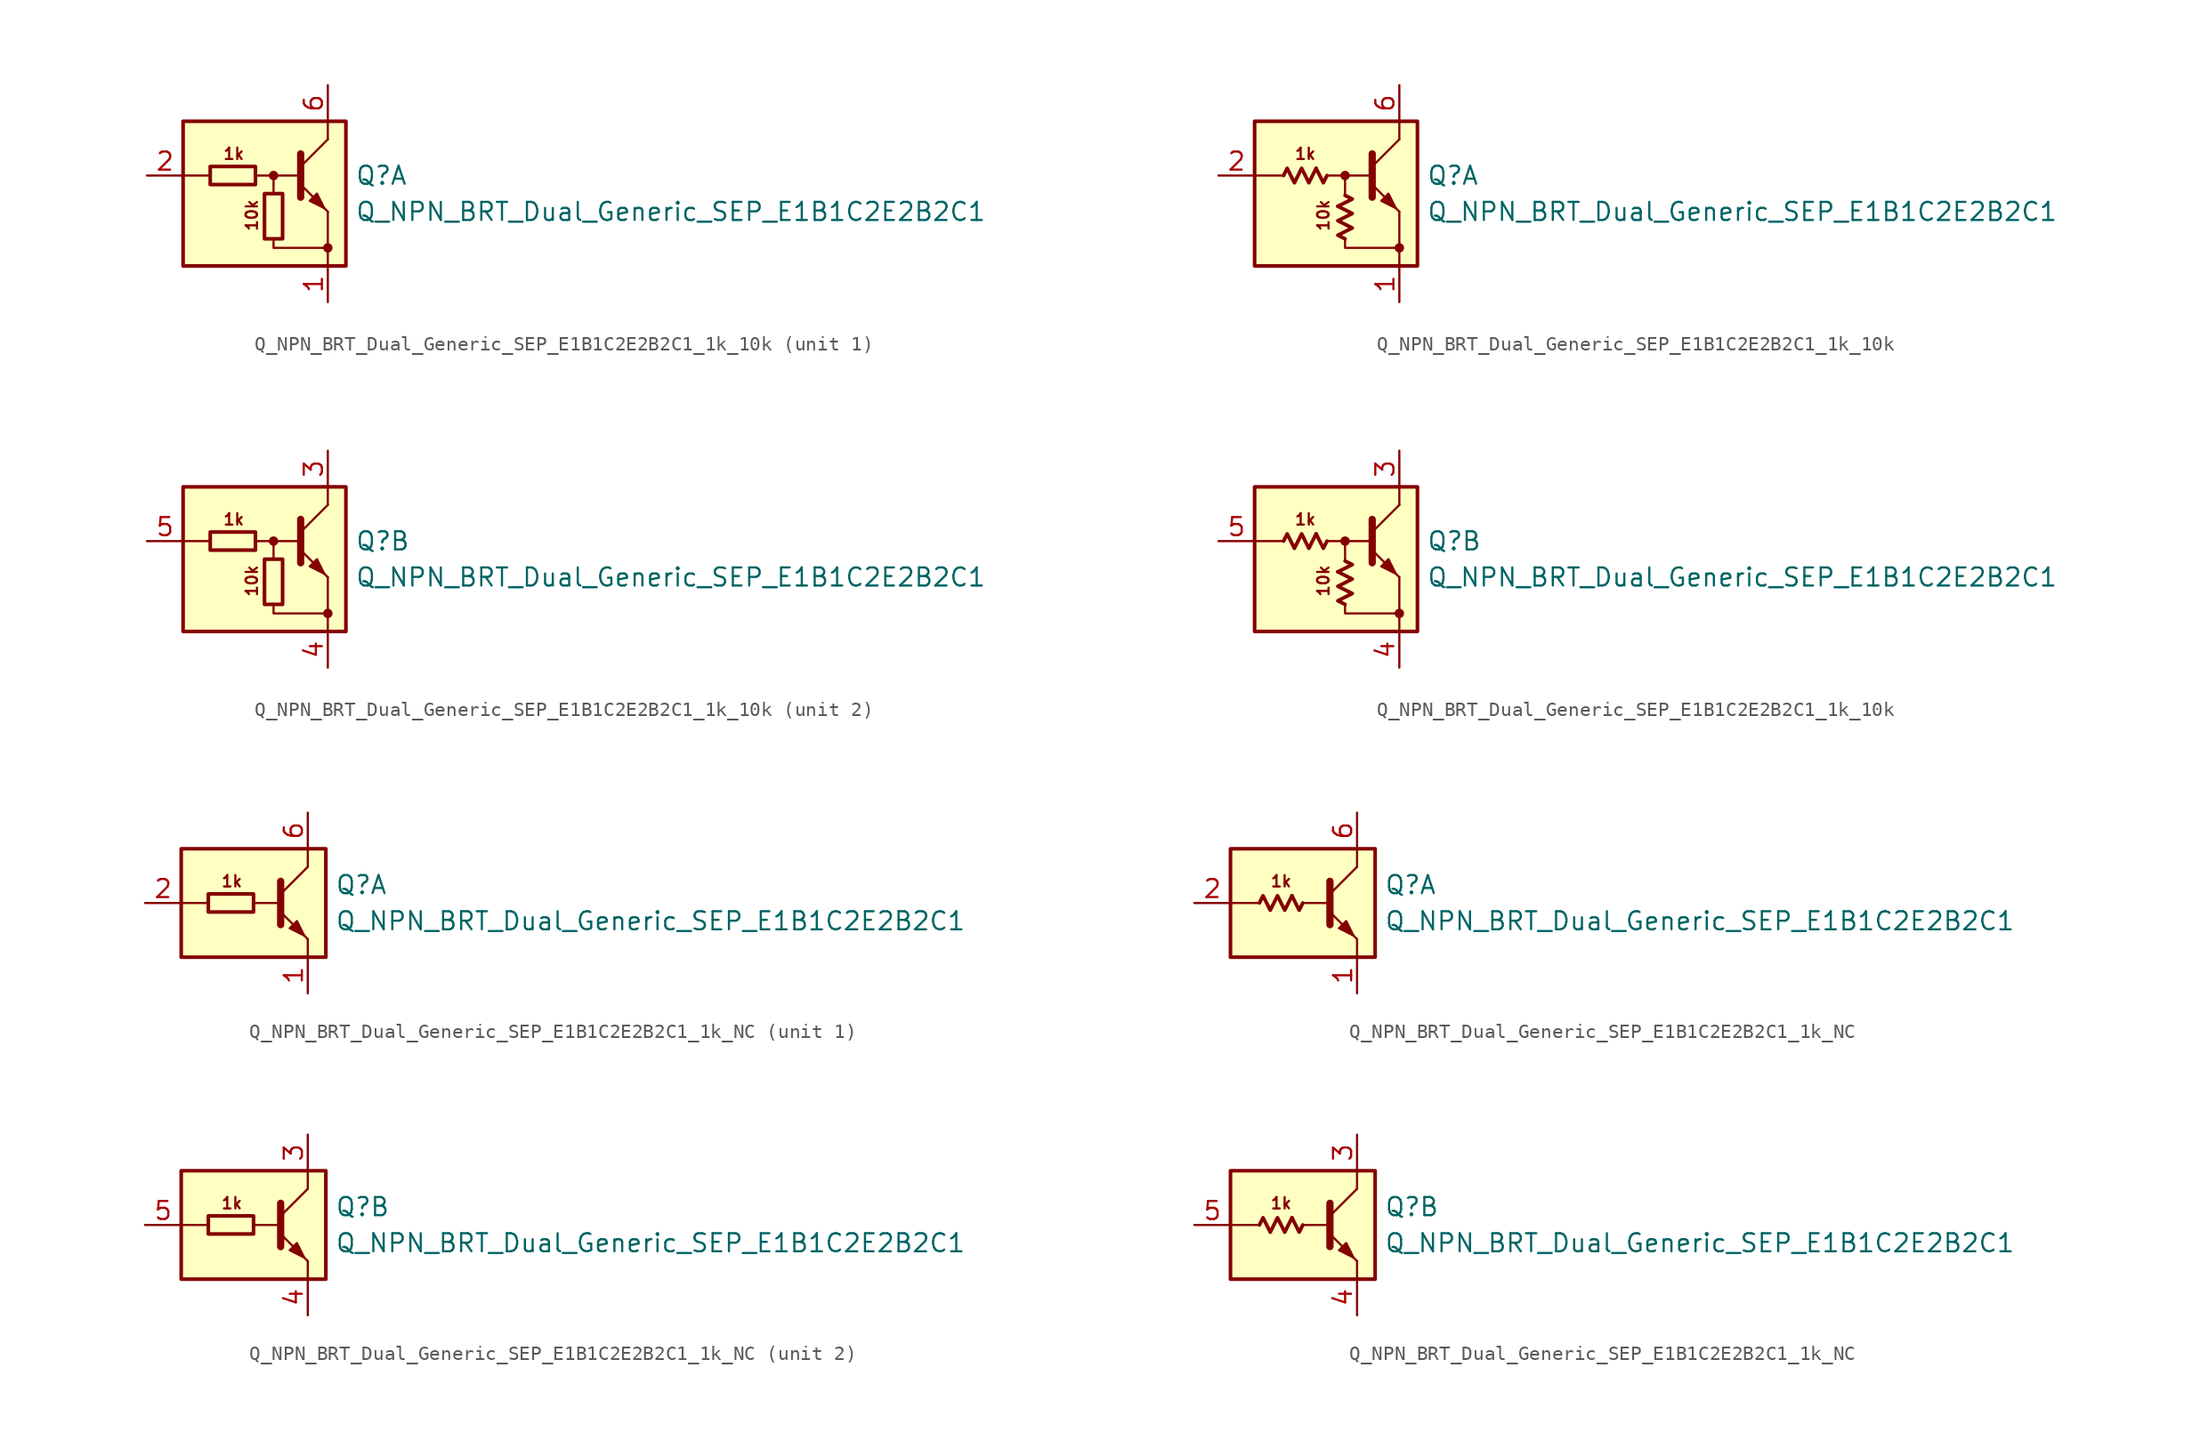
<source format=kicad_sym>
(kicad_symbol_lib
  (version 20220914)
  (generator kicad_symbol_editor)
  (symbol "Q_NPN_BRT_Dual_Generic_SEP_E1B1C2E2B2C1_1k_10k"
    (pin_names
      (offset 1.016) hide)
    (property "Reference" "Q"
      (at 5.715 1.27 0)
      (effects (font (size 1.27 1.27)) (justify left)))
    (property "Value" "Q_NPN_BRT_Dual_Generic_SEP_E1B1C2E2B2C1"
      (at 5.715 -1.27 0)
      (effects (font (size 1.27 1.27)) (justify left)))
    (property "ki_locked" ""
      (at 0 0 0)
      (effects (font (size 1.27 1.27))))
    (symbol "Q_NPN_BRT_Dual_Generic_SEP_E1B1C2E2B2C1_1k_10k_0_2"
      (polyline (pts (xy -2.032 1.778) (xy -1.524 0.762) (xy -1.27 1.27)) (stroke (width 0.254) (type default)) (fill (type none)))
      (polyline (pts (xy -0.508 -0.889) (xy 0.508 -0.381) (xy 0 -0.127)) (stroke (width 0.254) (type default)) (fill (type none)))
      (polyline (pts (xy -4.318 1.27) (xy -4.064 1.778) (xy -3.556 0.762) (xy -3.048 1.778) (xy -2.54 0.762) (xy -2.032 1.778)) (stroke (width 0.254) (type default)) (fill (type none)))
      (polyline (pts (xy 0 -3.175) (xy -0.508 -2.921) (xy 0.508 -2.413) (xy -0.508 -1.905) (xy 0.508 -1.397) (xy -0.508 -0.889)) (stroke (width 0.254) (type default)) (fill (type none))))
    (symbol "Q_NPN_BRT_Dual_Generic_SEP_E1B1C2E2B2C1_1k_10k_1_0"
      (rectangle (start -6.35 5.08) (end 5.08 -5.08) (stroke (width 0.254) (type default)) (fill (type background)))
      (polyline (pts (xy -4.445 1.27) (xy -6.35 1.27)) (stroke (width 0) (type default)) (fill (type none)))
      (polyline (pts (xy -0.254 1.27) (xy 1.905 1.27)) (stroke (width 0) (type default)) (fill (type none)))
      (polyline (pts (xy 1.905 1.905) (xy 3.81 3.81)) (stroke (width 0) (type default)) (fill (type none)))
      (polyline (pts (xy 1.905 2.794) (xy 1.905 -0.254)) (stroke (width 0.508) (type default)) (fill (type none)))
      (polyline (pts (xy 3.81 -3.81) (xy 3.81 -5.08)) (stroke (width 0) (type default)) (fill (type none)))
      (polyline (pts (xy 3.81 -3.81) (xy 3.81 -1.27)) (stroke (width 0) (type default)) (fill (type none)))
      (polyline (pts (xy 3.81 3.81) (xy 3.81 5.08)) (stroke (width 0) (type default)) (fill (type none)))
      (polyline (pts (xy -1.27 1.27) (xy 0 1.27) (xy 0 0)) (stroke (width 0) (type default)) (fill (type none)))
      (polyline (pts (xy 0 -3.175) (xy 0 -3.81) (xy 3.81 -3.81)) (stroke (width 0) (type default)) (fill (type none)))
      (polyline (pts (xy 1.905 0.635) (xy 3.81 -1.27) (xy 3.81 -1.27)) (stroke (width 0) (type default)) (fill (type none)))
      (polyline (pts (xy 2.54 -0.508) (xy 3.048 0) (xy 3.556 -1.016) (xy 2.54 -0.508) (xy 2.54 -0.508)) (stroke (width 0) (type default)) (fill (type outline)))
      (circle (center 0 1.27) (radius 0.254) (stroke (width 0) (type default)) (fill (type outline)))
      (circle (center 3.81 -3.81) (radius 0.254) (stroke (width 0) (type default)) (fill (type outline)))
      (text "10k" (at -1.524 -1.524 900) (effects (font (size 0.8 0.8))))
      (text "1k" (at -2.794 2.794 0) (effects (font (size 0.8 0.8)))))
    (symbol "Q_NPN_BRT_Dual_Generic_SEP_E1B1C2E2B2C1_1k_10k_1_1"
      (rectangle (start -4.445 1.905) (end -1.27 0.635) (stroke (width 0.254) (type default)) (fill (type none)))
      (rectangle (start -0.635 0) (end 0.635 -3.175) (stroke (width 0.254) (type default)) (fill (type none)))
      (pin passive line (at 3.81 -7.62 90) (length 2.54) (name "E1" (effects (font (size 1.27 1.27)))) (number "1" (effects (font (size 1.27 1.27)))))
      (pin passive line (at -8.89 1.27 0) (length 2.54) (name "B1" (effects (font (size 1.27 1.27)))) (number "2" (effects (font (size 1.27 1.27)))))
      (pin passive line (at 3.81 7.62 270) (length 2.54) (name "C1" (effects (font (size 1.27 1.27)))) (number "6" (effects (font (size 1.27 1.27))))))
    (symbol "Q_NPN_BRT_Dual_Generic_SEP_E1B1C2E2B2C1_1k_10k_1_2"
      (pin passive line (at 3.81 -7.62 90) (length 2.54) (name "E1" (effects (font (size 1.27 1.27)))) (number "1" (effects (font (size 1.27 1.27)))))
      (pin passive line (at -8.89 1.27 0) (length 2.54) (name "B1" (effects (font (size 1.27 1.27)))) (number "2" (effects (font (size 1.27 1.27)))))
      (pin passive line (at 3.81 7.62 270) (length 2.54) (name "C1" (effects (font (size 1.27 1.27)))) (number "6" (effects (font (size 1.27 1.27))))))
    (symbol "Q_NPN_BRT_Dual_Generic_SEP_E1B1C2E2B2C1_1k_10k_2_0"
      (rectangle (start -6.35 5.08) (end 5.08 -5.08) (stroke (width 0.254) (type default)) (fill (type background)))
      (polyline (pts (xy -4.445 1.27) (xy -6.35 1.27)) (stroke (width 0) (type default)) (fill (type none)))
      (polyline (pts (xy -0.254 1.27) (xy 1.905 1.27)) (stroke (width 0) (type default)) (fill (type none)))
      (polyline (pts (xy 1.905 1.905) (xy 3.81 3.81)) (stroke (width 0) (type default)) (fill (type none)))
      (polyline (pts (xy 1.905 2.794) (xy 1.905 -0.254)) (stroke (width 0.508) (type default)) (fill (type none)))
      (polyline (pts (xy 3.81 -3.81) (xy 3.81 -5.08)) (stroke (width 0) (type default)) (fill (type none)))
      (polyline (pts (xy 3.81 -3.81) (xy 3.81 -1.27)) (stroke (width 0) (type default)) (fill (type none)))
      (polyline (pts (xy 3.81 3.81) (xy 3.81 5.08)) (stroke (width 0) (type default)) (fill (type none)))
      (polyline (pts (xy -1.27 1.27) (xy 0 1.27) (xy 0 0)) (stroke (width 0) (type default)) (fill (type none)))
      (polyline (pts (xy 0 -3.175) (xy 0 -3.81) (xy 3.81 -3.81)) (stroke (width 0) (type default)) (fill (type none)))
      (polyline (pts (xy 1.905 0.635) (xy 3.81 -1.27) (xy 3.81 -1.27)) (stroke (width 0) (type default)) (fill (type none)))
      (polyline (pts (xy 2.54 -0.508) (xy 3.048 0) (xy 3.556 -1.016) (xy 2.54 -0.508) (xy 2.54 -0.508)) (stroke (width 0) (type default)) (fill (type outline)))
      (circle (center 0 1.27) (radius 0.254) (stroke (width 0) (type default)) (fill (type outline)))
      (circle (center 3.81 -3.81) (radius 0.254) (stroke (width 0) (type default)) (fill (type outline)))
      (text "10k" (at -1.524 -1.524 900) (effects (font (size 0.8 0.8))))
      (text "1k" (at -2.794 2.794 0) (effects (font (size 0.8 0.8)))))
    (symbol "Q_NPN_BRT_Dual_Generic_SEP_E1B1C2E2B2C1_1k_10k_2_1"
      (rectangle (start -4.445 1.905) (end -1.27 0.635) (stroke (width 0.254) (type default)) (fill (type none)))
      (rectangle (start -0.635 0) (end 0.635 -3.175) (stroke (width 0.254) (type default)) (fill (type none)))
      (pin passive line (at 3.81 7.62 270) (length 2.54) (name "C2" (effects (font (size 1.27 1.27)))) (number "3" (effects (font (size 1.27 1.27)))))
      (pin passive line (at 3.81 -7.62 90) (length 2.54) (name "E2" (effects (font (size 1.27 1.27)))) (number "4" (effects (font (size 1.27 1.27)))))
      (pin input line (at -8.89 1.27 0) (length 2.54) (name "B2" (effects (font (size 1.27 1.27)))) (number "5" (effects (font (size 1.27 1.27))))))
    (symbol "Q_NPN_BRT_Dual_Generic_SEP_E1B1C2E2B2C1_1k_10k_2_2"
      (pin passive line (at 3.81 7.62 270) (length 2.54) (name "C2" (effects (font (size 1.27 1.27)))) (number "3" (effects (font (size 1.27 1.27)))))
      (pin passive line (at 3.81 -7.62 90) (length 2.54) (name "E2" (effects (font (size 1.27 1.27)))) (number "4" (effects (font (size 1.27 1.27)))))
      (pin input line (at -8.89 1.27 0) (length 2.54) (name "B2" (effects (font (size 1.27 1.27)))) (number "5" (effects (font (size 1.27 1.27)))))))
  (symbol "Q_NPN_BRT_Dual_Generic_SEP_E1B1C2E2B2C1_1k_NC"
    (pin_names
      (offset 1.016) hide)
    (property "Reference" "Q"
      (at 5.715 1.27 0)
      (effects (font (size 1.27 1.27)) (justify left)))
    (property "Value" "Q_NPN_BRT_Dual_Generic_SEP_E1B1C2E2B2C1"
      (at 5.715 -1.27 0)
      (effects (font (size 1.27 1.27)) (justify left)))
    (property "ki_locked" ""
      (at 0 0 0)
      (effects (font (size 1.27 1.27))))
    (symbol "Q_NPN_BRT_Dual_Generic_SEP_E1B1C2E2B2C1_1k_NC_0_2"
      (polyline (pts (xy -0.762 0.508) (xy -0.254 -0.508) (xy 0 0)) (stroke (width 0.254) (type default)) (fill (type none)))
      (polyline (pts (xy -3.048 0) (xy -2.794 0.508) (xy -2.286 -0.508) (xy -1.778 0.508) (xy -1.27 -0.508) (xy -0.762 0.508)) (stroke (width 0.254) (type default)) (fill (type none))))
    (symbol "Q_NPN_BRT_Dual_Generic_SEP_E1B1C2E2B2C1_1k_NC_1_0"
      (rectangle (start -5.08 3.81) (end 5.08 -3.81) (stroke (width 0.254) (type default)) (fill (type background)))
      (polyline (pts (xy -3.175 0) (xy -5.08 0)) (stroke (width 0) (type default)) (fill (type none)))
      (polyline (pts (xy 0 0) (xy 1.905 0)) (stroke (width 0) (type default)) (fill (type none)))
      (polyline (pts (xy 1.905 0.635) (xy 3.81 2.54)) (stroke (width 0) (type default)) (fill (type none)))
      (polyline (pts (xy 1.905 1.524) (xy 1.905 -1.524)) (stroke (width 0.508) (type default)) (fill (type none)))
      (polyline (pts (xy 3.81 -2.54) (xy 3.81 -3.81)) (stroke (width 0) (type default)) (fill (type none)))
      (polyline (pts (xy 3.81 2.54) (xy 3.81 3.81)) (stroke (width 0) (type default)) (fill (type none)))
      (polyline (pts (xy 1.905 -0.635) (xy 3.81 -2.54) (xy 3.81 -2.54)) (stroke (width 0) (type default)) (fill (type none)))
      (polyline (pts (xy 2.54 -1.778) (xy 3.048 -1.27) (xy 3.556 -2.286) (xy 2.54 -1.778) (xy 2.54 -1.778)) (stroke (width 0) (type default)) (fill (type outline)))
      (text "1k" (at -1.524 1.524 0) (effects (font (size 0.8 0.8)))))
    (symbol "Q_NPN_BRT_Dual_Generic_SEP_E1B1C2E2B2C1_1k_NC_1_1"
      (rectangle (start -3.175 0.635) (end 0 -0.635) (stroke (width 0.254) (type default)) (fill (type none)))
      (pin passive line (at 3.81 -6.35 90) (length 2.54) (name "E1" (effects (font (size 1.27 1.27)))) (number "1" (effects (font (size 1.27 1.27)))))
      (pin passive line (at -7.62 0 0) (length 2.54) (name "B1" (effects (font (size 1.27 1.27)))) (number "2" (effects (font (size 1.27 1.27)))))
      (pin passive line (at 3.81 6.35 270) (length 2.54) (name "C1" (effects (font (size 1.27 1.27)))) (number "6" (effects (font (size 1.27 1.27))))))
    (symbol "Q_NPN_BRT_Dual_Generic_SEP_E1B1C2E2B2C1_1k_NC_1_2"
      (pin passive line (at 3.81 -6.35 90) (length 2.54) (name "E1" (effects (font (size 1.27 1.27)))) (number "1" (effects (font (size 1.27 1.27)))))
      (pin passive line (at -7.62 0 0) (length 2.54) (name "B1" (effects (font (size 1.27 1.27)))) (number "2" (effects (font (size 1.27 1.27)))))
      (pin passive line (at 3.81 6.35 270) (length 2.54) (name "C1" (effects (font (size 1.27 1.27)))) (number "6" (effects (font (size 1.27 1.27))))))
    (symbol "Q_NPN_BRT_Dual_Generic_SEP_E1B1C2E2B2C1_1k_NC_2_0"
      (rectangle (start -5.08 3.81) (end 5.08 -3.81) (stroke (width 0.254) (type default)) (fill (type background)))
      (polyline (pts (xy -3.175 0) (xy -5.08 0)) (stroke (width 0) (type default)) (fill (type none)))
      (polyline (pts (xy 0 0) (xy 1.905 0)) (stroke (width 0) (type default)) (fill (type none)))
      (polyline (pts (xy 1.905 0.635) (xy 3.81 2.54)) (stroke (width 0) (type default)) (fill (type none)))
      (polyline (pts (xy 1.905 1.524) (xy 1.905 -1.524)) (stroke (width 0.508) (type default)) (fill (type none)))
      (polyline (pts (xy 3.81 -2.54) (xy 3.81 -3.81)) (stroke (width 0) (type default)) (fill (type none)))
      (polyline (pts (xy 3.81 2.54) (xy 3.81 3.81)) (stroke (width 0) (type default)) (fill (type none)))
      (polyline (pts (xy 1.905 -0.635) (xy 3.81 -2.54) (xy 3.81 -2.54)) (stroke (width 0) (type default)) (fill (type none)))
      (polyline (pts (xy 2.54 -1.778) (xy 3.048 -1.27) (xy 3.556 -2.286) (xy 2.54 -1.778) (xy 2.54 -1.778)) (stroke (width 0) (type default)) (fill (type outline)))
      (text "1k" (at -1.524 1.524 0) (effects (font (size 0.8 0.8)))))
    (symbol "Q_NPN_BRT_Dual_Generic_SEP_E1B1C2E2B2C1_1k_NC_2_1"
      (rectangle (start -3.175 0.635) (end 0 -0.635) (stroke (width 0.254) (type default)) (fill (type none)))
      (pin passive line (at 3.81 6.35 270) (length 2.54) (name "C2" (effects (font (size 1.27 1.27)))) (number "3" (effects (font (size 1.27 1.27)))))
      (pin passive line (at 3.81 -6.35 90) (length 2.54) (name "E2" (effects (font (size 1.27 1.27)))) (number "4" (effects (font (size 1.27 1.27)))))
      (pin input line (at -7.62 0 0) (length 2.54) (name "B2" (effects (font (size 1.27 1.27)))) (number "5" (effects (font (size 1.27 1.27))))))
    (symbol "Q_NPN_BRT_Dual_Generic_SEP_E1B1C2E2B2C1_1k_NC_2_2"
      (pin passive line (at 3.81 6.35 270) (length 2.54) (name "C2" (effects (font (size 1.27 1.27)))) (number "3" (effects (font (size 1.27 1.27)))))
      (pin passive line (at 3.81 -6.35 90) (length 2.54) (name "E2" (effects (font (size 1.27 1.27)))) (number "4" (effects (font (size 1.27 1.27)))))
      (pin input line (at -7.62 0 0) (length 2.54) (name "B2" (effects (font (size 1.27 1.27)))) (number "5" (effects (font (size 1.27 1.27))))))))
</source>
